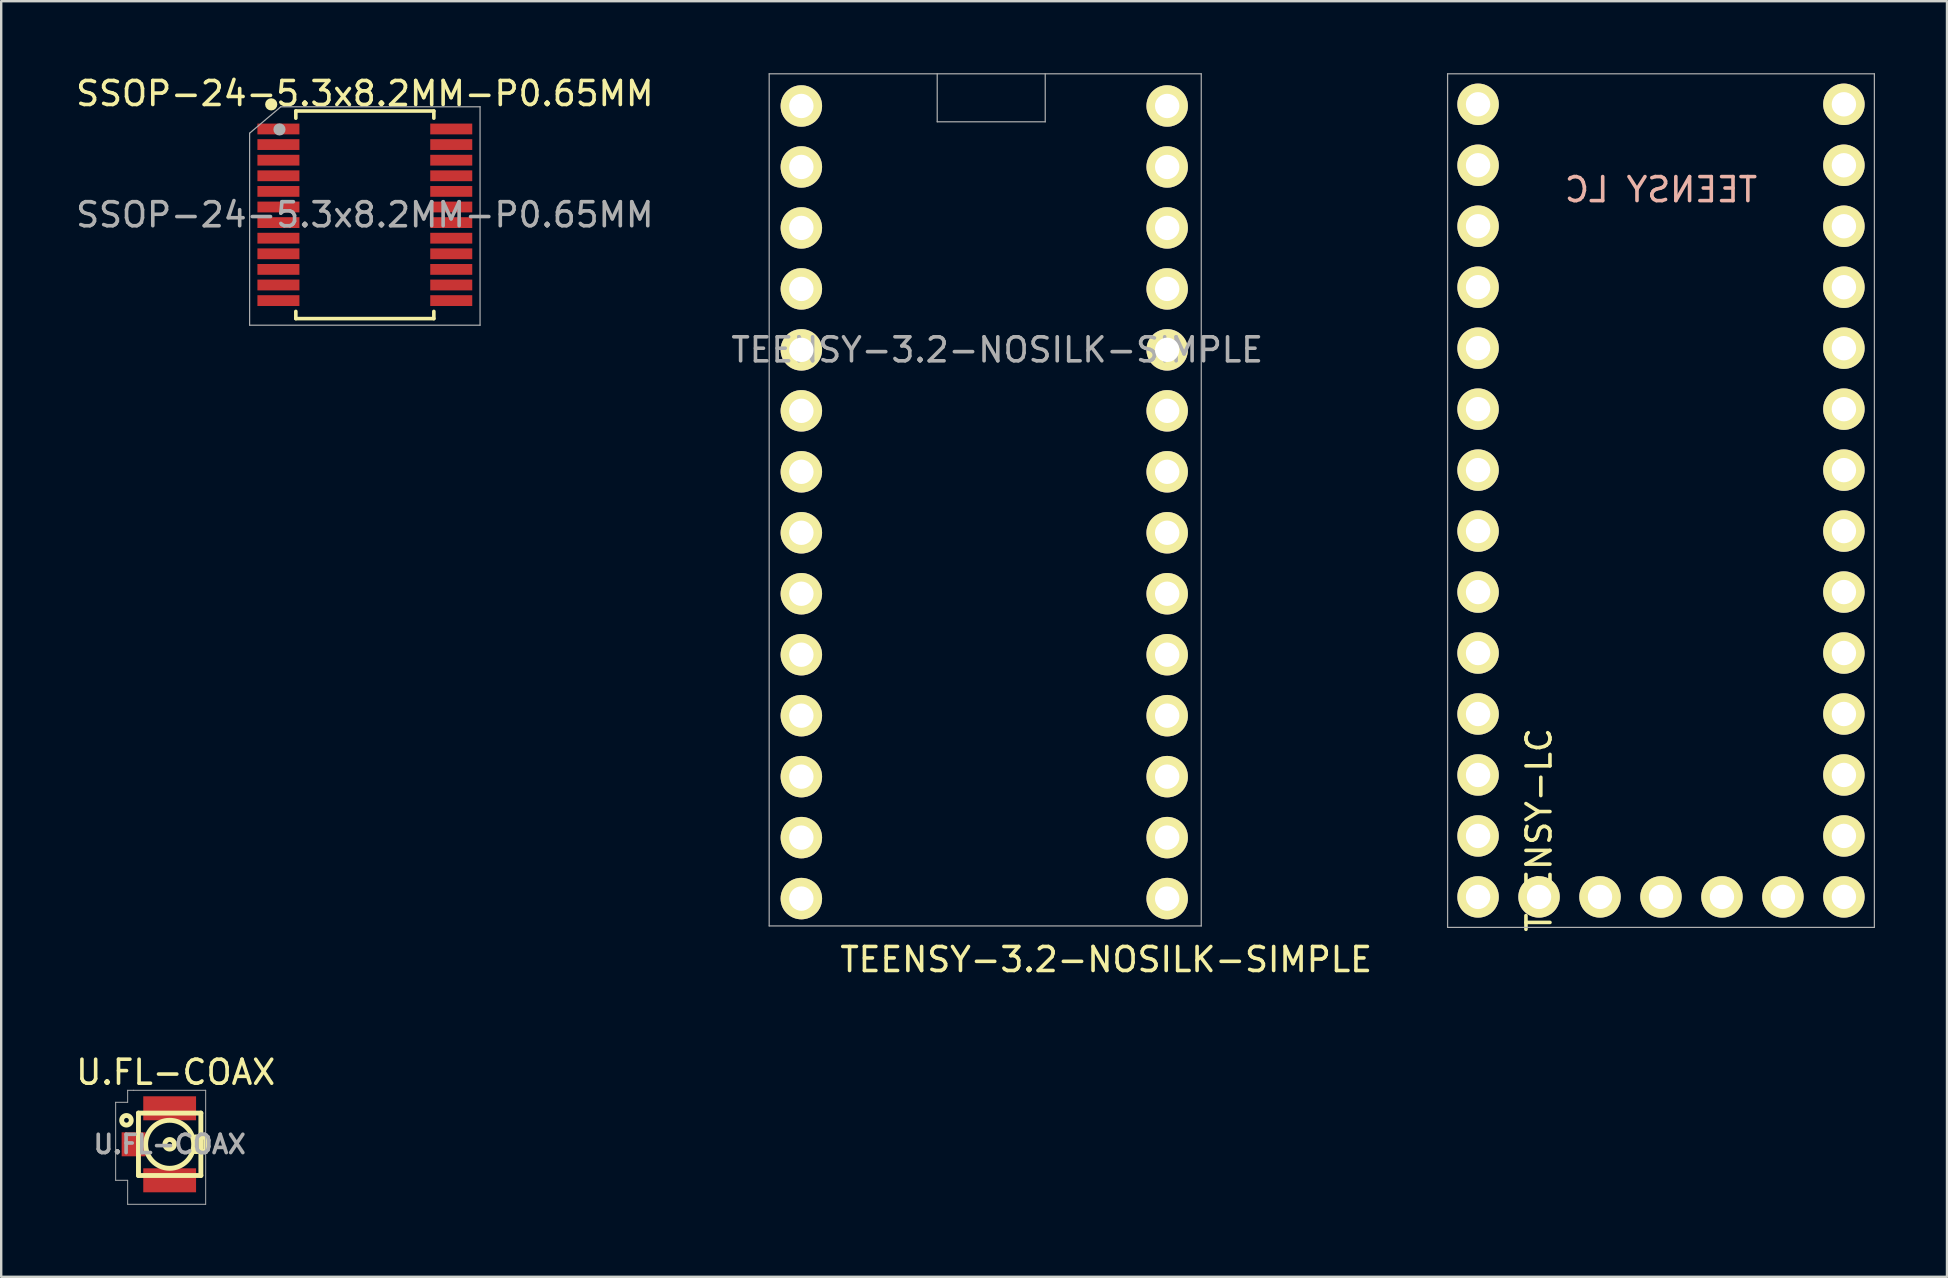
<source format=kicad_pcb>
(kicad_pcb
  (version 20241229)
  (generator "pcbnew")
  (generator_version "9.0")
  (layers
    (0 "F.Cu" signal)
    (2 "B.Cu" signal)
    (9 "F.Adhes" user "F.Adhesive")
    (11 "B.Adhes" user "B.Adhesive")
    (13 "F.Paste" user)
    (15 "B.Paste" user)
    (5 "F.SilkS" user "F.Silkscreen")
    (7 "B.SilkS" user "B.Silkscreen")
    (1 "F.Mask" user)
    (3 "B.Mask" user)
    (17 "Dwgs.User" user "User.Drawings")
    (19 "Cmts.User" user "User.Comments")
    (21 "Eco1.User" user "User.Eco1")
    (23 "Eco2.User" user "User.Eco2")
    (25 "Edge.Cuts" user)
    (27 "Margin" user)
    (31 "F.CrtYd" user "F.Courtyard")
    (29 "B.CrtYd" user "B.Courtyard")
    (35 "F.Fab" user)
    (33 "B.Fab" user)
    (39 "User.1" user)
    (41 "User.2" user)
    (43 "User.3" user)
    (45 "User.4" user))
  (footprint "TEENSY-3.2-NOSILK-SIMPLE"
    (layer "F.Cu")
    (at 40.494 11.525)
    (property "Reference" "TEENSY-3.2-NOSILK-SIMPLE" (at -2 0 0) (layer "F.Fab") (effects (font (size 1 1) (thickness 0.15))))
    (attr through_hole)
    (fp_line (start -11.5 -11.5) (end -11.5 24) (stroke (width 0.05) (type solid)) (layer "F.Fab"))
    (fp_line (start -11.5 24) (end 6.5 24) (stroke (width 0.05) (type solid)) (layer "F.Fab"))
    (fp_line (start -4.5 -11.5) (end -4.5 -9.5) (stroke (width 0.05) (type solid)) (layer "F.Fab"))
    (fp_line (start -4.5 -9.5) (end 0 -9.5) (stroke (width 0.05) (type solid)) (layer "F.Fab"))
    (fp_line (start 0 -9.5) (end 0 -11.5) (stroke (width 0.05) (type solid)) (layer "F.Fab"))
    (fp_line (start 6.5 -11.5) (end -11.5 -11.5) (stroke (width 0.05) (type solid)) (layer "F.Fab"))
    (fp_line (start 6.5 24) (end 6.5 -11.5) (stroke (width 0.05) (type solid)) (layer "F.Fab"))
    (fp_text user "${REFERENCE}" (at 2.54 25.4 0) (layer "F.SilkS") (effects (font (size 1 1) (thickness 0.15))))
    (pad "0" thru_hole circle (at -10.16 -7.62) (size 1.727 1.727) (drill 1.016) (layers "*.Cu" "*.Mask" "F.SilkS"))
    (pad "1" thru_hole circle (at -10.16 -5.08) (size 1.727 1.727) (drill 1.016) (layers "*.Cu" "*.Mask" "F.SilkS"))
    (pad "2" thru_hole circle (at -10.16 -2.54) (size 1.727 1.727) (drill 1.016) (layers "*.Cu" "*.Mask" "F.SilkS"))
    (pad "3" thru_hole circle (at -10.16 0) (size 1.727 1.727) (drill 1.016) (layers "*.Cu" "*.Mask" "F.SilkS"))
    (pad "3V2" thru_hole circle (at 5.08 -5.08) (size 1.727 1.727) (drill 1.016) (layers "*.Cu" "*.Mask" "F.SilkS"))
    (pad "4" thru_hole circle (at -10.16 2.54) (size 1.727 1.727) (drill 1.016) (layers "*.Cu" "*.Mask" "F.SilkS"))
    (pad "5" thru_hole circle (at -10.16 5.08) (size 1.727 1.727) (drill 1.016) (layers "*.Cu" "*.Mask" "F.SilkS"))
    (pad "6" thru_hole circle (at -10.16 7.62) (size 1.727 1.727) (drill 1.016) (layers "*.Cu" "*.Mask" "F.SilkS"))
    (pad "7" thru_hole circle (at -10.16 10.16) (size 1.727 1.727) (drill 1.016) (layers "*.Cu" "*.Mask" "F.SilkS"))
    (pad "8" thru_hole circle (at -10.16 12.7) (size 1.727 1.727) (drill 1.016) (layers "*.Cu" "*.Mask" "F.SilkS"))
    (pad "9" thru_hole circle (at -10.16 15.24) (size 1.727 1.727) (drill 1.016) (layers "*.Cu" "*.Mask" "F.SilkS"))
    (pad "10" thru_hole circle (at -10.16 17.78) (size 1.727 1.727) (drill 1.016) (layers "*.Cu" "*.Mask" "F.SilkS"))
    (pad "11" thru_hole circle (at -10.16 20.32) (size 1.727 1.727) (drill 1.016) (layers "*.Cu" "*.Mask" "F.SilkS"))
    (pad "12" thru_hole circle (at -10.16 22.86) (size 1.727 1.727) (drill 1.016) (layers "*.Cu" "*.Mask" "F.SilkS"))
    (pad "13" thru_hole circle (at 5.08 22.86) (size 1.727 1.727) (drill 1.016) (layers "*.Cu" "*.Mask" "F.SilkS"))
    (pad "14" thru_hole circle (at 5.08 20.32) (size 1.727 1.727) (drill 1.016) (layers "*.Cu" "*.Mask" "F.SilkS"))
    (pad "15" thru_hole circle (at 5.08 17.78) (size 1.727 1.727) (drill 1.016) (layers "*.Cu" "*.Mask" "F.SilkS"))
    (pad "16" thru_hole circle (at 5.08 15.24) (size 1.727 1.727) (drill 1.016) (layers "*.Cu" "*.Mask" "F.SilkS"))
    (pad "17" thru_hole circle (at 5.08 12.7) (size 1.727 1.727) (drill 1.016) (layers "*.Cu" "*.Mask" "F.SilkS"))
    (pad "18" thru_hole circle (at 5.08 10.16) (size 1.727 1.727) (drill 1.016) (layers "*.Cu" "*.Mask" "F.SilkS"))
    (pad "19" thru_hole circle (at 5.08 7.62) (size 1.727 1.727) (drill 1.016) (layers "*.Cu" "*.Mask" "F.SilkS"))
    (pad "20" thru_hole circle (at 5.08 5.08) (size 1.727 1.727) (drill 1.016) (layers "*.Cu" "*.Mask" "F.SilkS"))
    (pad "21" thru_hole circle (at 5.08 2.54) (size 1.727 1.727) (drill 1.016) (layers "*.Cu" "*.Mask" "F.SilkS"))
    (pad "22" thru_hole circle (at 5.08 0) (size 1.727 1.727) (drill 1.016) (layers "*.Cu" "*.Mask" "F.SilkS"))
    (pad "23" thru_hole circle (at 5.08 -2.54) (size 1.727 1.727) (drill 1.016) (layers "*.Cu" "*.Mask" "F.SilkS"))
    (pad "AG" thru_hole circle (at 5.08 -7.62) (size 1.727 1.727) (drill 1.016) (layers "*.Cu" "*.Mask" "F.SilkS"))
    (pad "G1" thru_hole circle (at -10.16 -10.16) (size 1.727 1.727) (drill 1.016) (layers "*.Cu" "*.Mask" "F.SilkS"))
    (pad "VIN" thru_hole circle (at 5.08 -10.16) (size 1.727 1.727) (drill 1.016) (layers "*.Cu" "*.Mask" "F.SilkS")))
  (footprint "U.FL-COAX"
    (layer "F.Cu")
    (at 4.018 44.621)
    (property "Reference" "U.FL-COAX" (at 0 0 0) (layer "F.Fab") (effects (font (size 0.762 0.762) (thickness 0.152))))
    (attr smd)
    (fp_line (start -1.3 -1.3) (end -1.3 1.3) (stroke (width 0.203) (type solid)) (layer "F.SilkS"))
    (fp_line (start -1.3 1.3) (end 1.3 1.3) (stroke (width 0.203) (type solid)) (layer "F.SilkS"))
    (fp_line (start 1.1 0.3) (end 1.1 -0.3) (stroke (width 0.203) (type solid)) (layer "F.SilkS"))
    (fp_line (start 1.3 -1.3) (end -1.3 -1.3) (stroke (width 0.203) (type solid)) (layer "F.SilkS"))
    (fp_line (start 1.3 1.3) (end 1.3 -1.3) (stroke (width 0.203) (type solid)) (layer "F.SilkS"))
    (fp_line (start 1.5 -0.3) (end 1 -0.3) (stroke (width 0.203) (type solid)) (layer "F.SilkS"))
    (fp_line (start 1.5 0.3) (end 1 0.3) (stroke (width 0.203) (type solid)) (layer "F.SilkS"))
    (fp_line (start 1.5 0.3) (end 1.5 -0.3) (stroke (width 0.203) (type solid)) (layer "F.SilkS"))
    (fp_circle (center -1.8 -1) (end -1.6 -1) (stroke (width 0.203) (type solid)) (fill no) (layer "F.SilkS"))
    (fp_circle (center 0 0) (end 0.2 0) (stroke (width 0.203) (type solid)) (fill no) (layer "F.SilkS"))
    (fp_circle (center 0 0) (end 1 0) (stroke (width 0.203) (type solid)) (fill no) (layer "F.SilkS"))
    (fp_line (start -2.25 -1.75) (end -2.25 1.5) (stroke (width 0.041) (type solid)) (layer "F.Fab"))
    (fp_line (start -2.25 1.5) (end -1.75 1.5) (stroke (width 0.041) (type solid)) (layer "F.Fab"))
    (fp_line (start -1.75 -2.25) (end -1.75 -1.75) (stroke (width 0.041) (type solid)) (layer "F.Fab"))
    (fp_line (start -1.75 -2.25) (end -1.5 -2.25) (stroke (width 0.041) (type solid)) (layer "F.Fab"))
    (fp_line (start -1.75 -1.75) (end -2.25 -1.75) (stroke (width 0.041) (type solid)) (layer "F.Fab"))
    (fp_line (start -1.75 1.5) (end -1.75 2.5) (stroke (width 0.041) (type solid)) (layer "F.Fab"))
    (fp_line (start -1.75 2.5) (end 1.5 2.5) (stroke (width 0.041) (type solid)) (layer "F.Fab"))
    (fp_line (start 1.5 -2.25) (end -1.5 -2.25) (stroke (width 0.041) (type solid)) (layer "F.Fab"))
    (fp_line (start 1.5 2.5) (end 1.5 -2.25) (stroke (width 0.041) (type solid)) (layer "F.Fab"))
    (fp_text user "${REFERENCE}" (at 0.25 -3 0) (layer "F.SilkS") (effects (font (size 1 1) (thickness 0.15))))
    (pad "GND" smd rect (at 0 -1.5) (size 2.2 1) (layers "F.Cu" "F.Mask" "F.Paste"))
    (pad "GND" smd rect (at 0 1.5) (size 2.2 1) (layers "F.Cu" "F.Mask" "F.Paste"))
    (pad "SIG" smd rect (at -1.5 0) (size 1 1) (layers "F.Cu" "F.Mask" "F.Paste")))
  (footprint "TEENSY-LC"
    (layer "F.Cu")
    (at 68.686 11.455)
    (property "Reference" "TEENSY-LC" (at -7.62 20.066 270) (layer "F.SilkS") (effects (font (size 1 1) (thickness 0.15))))
    (attr through_hole)
    (fp_line (start -11.43 -11.43) (end -11.43 24.13) (stroke (width 0.051) (type solid)) (layer "F.Fab"))
    (fp_line (start -11.43 24.13) (end 6.35 24.13) (stroke (width 0.051) (type solid)) (layer "F.Fab"))
    (fp_line (start 6.35 -11.43) (end -11.43 -11.43) (stroke (width 0.051) (type solid)) (layer "F.Fab"))
    (fp_line (start 6.35 24.13) (end 6.35 -11.43) (stroke (width 0.051) (type solid)) (layer "F.Fab"))
    (fp_text user "TEENSY LC" (at -2.54 -6.604 180) (layer "B.SilkS") (effects (font (size 1 1) (thickness 0.15)) (justify mirror)))
    (pad "0" thru_hole circle (at -10.16 -7.62) (size 1.727 1.727) (drill 1.016) (layers "*.Cu" "*.Mask" "F.SilkS"))
    (pad "1" thru_hole circle (at -10.16 -5.08) (size 1.727 1.727) (drill 1.016) (layers "*.Cu" "*.Mask" "F.SilkS"))
    (pad "2" thru_hole circle (at -10.16 -2.54) (size 1.727 1.727) (drill 1.016) (layers "*.Cu" "*.Mask" "F.SilkS"))
    (pad "3" thru_hole circle (at -10.16 0) (size 1.727 1.727) (drill 1.016) (layers "*.Cu" "*.Mask" "F.SilkS"))
    (pad "3V1" thru_hole circle (at -5.08 22.86) (size 1.727 1.727) (drill 1.016) (layers "*.Cu" "*.Mask" "F.SilkS"))
    (pad "3V2" thru_hole circle (at 5.08 -5.08) (size 1.727 1.727) (drill 1.016) (layers "*.Cu" "*.Mask" "F.SilkS"))
    (pad "4" thru_hole circle (at -10.16 2.54) (size 1.727 1.727) (drill 1.016) (layers "*.Cu" "*.Mask" "F.SilkS"))
    (pad "5" thru_hole circle (at -10.16 5.08) (size 1.727 1.727) (drill 1.016) (layers "*.Cu" "*.Mask" "F.SilkS"))
    (pad "6" thru_hole circle (at -10.16 7.62) (size 1.727 1.727) (drill 1.016) (layers "*.Cu" "*.Mask" "F.SilkS"))
    (pad "7" thru_hole circle (at -10.16 10.16) (size 1.727 1.727) (drill 1.016) (layers "*.Cu" "*.Mask" "F.SilkS"))
    (pad "8" thru_hole circle (at -10.16 12.7) (size 1.727 1.727) (drill 1.016) (layers "*.Cu" "*.Mask" "F.SilkS"))
    (pad "9" thru_hole circle (at -10.16 15.24) (size 1.727 1.727) (drill 1.016) (layers "*.Cu" "*.Mask" "F.SilkS"))
    (pad "10" thru_hole circle (at -10.16 17.78) (size 1.727 1.727) (drill 1.016) (layers "*.Cu" "*.Mask" "F.SilkS"))
    (pad "11" thru_hole circle (at -10.16 20.32) (size 1.727 1.727) (drill 1.016) (layers "*.Cu" "*.Mask" "F.SilkS"))
    (pad "12" thru_hole circle (at -10.16 22.86) (size 1.727 1.727) (drill 1.016) (layers "*.Cu" "*.Mask" "F.SilkS"))
    (pad "13" thru_hole circle (at 5.08 22.86) (size 1.727 1.727) (drill 1.016) (layers "*.Cu" "*.Mask" "F.SilkS"))
    (pad "14" thru_hole circle (at 5.08 20.32) (size 1.727 1.727) (drill 1.016) (layers "*.Cu" "*.Mask" "F.SilkS"))
    (pad "15" thru_hole circle (at 5.08 17.78) (size 1.727 1.727) (drill 1.016) (layers "*.Cu" "*.Mask" "F.SilkS"))
    (pad "16" thru_hole circle (at 5.08 15.24) (size 1.727 1.727) (drill 1.016) (layers "*.Cu" "*.Mask" "F.SilkS"))
    (pad "17" thru_hole circle (at 5.08 12.7) (size 1.727 1.727) (drill 1.016) (layers "*.Cu" "*.Mask" "F.SilkS"))
    (pad "17A" thru_hole circle (at -7.62 22.86) (size 1.727 1.727) (drill 1.016) (layers "*.Cu" "*.Mask" "F.SilkS"))
    (pad "18" thru_hole circle (at 5.08 10.16) (size 1.727 1.727) (drill 1.016) (layers "*.Cu" "*.Mask" "F.SilkS"))
    (pad "19" thru_hole circle (at 5.08 7.62) (size 1.727 1.727) (drill 1.016) (layers "*.Cu" "*.Mask" "F.SilkS"))
    (pad "20" thru_hole circle (at 5.08 5.08) (size 1.727 1.727) (drill 1.016) (layers "*.Cu" "*.Mask" "F.SilkS"))
    (pad "21" thru_hole circle (at 5.08 2.54) (size 1.727 1.727) (drill 1.016) (layers "*.Cu" "*.Mask" "F.SilkS"))
    (pad "22" thru_hole circle (at 5.08 0) (size 1.727 1.727) (drill 1.016) (layers "*.Cu" "*.Mask" "F.SilkS"))
    (pad "23" thru_hole circle (at 5.08 -2.54) (size 1.727 1.727) (drill 1.016) (layers "*.Cu" "*.Mask" "F.SilkS"))
    (pad "DAC" thru_hole circle (at 2.54 22.86) (size 1.727 1.727) (drill 1.016) (layers "*.Cu" "*.Mask" "F.SilkS"))
    (pad "G1" thru_hole circle (at -10.16 -10.16) (size 1.727 1.727) (drill 1.016) (layers "*.Cu" "*.Mask" "F.SilkS"))
    (pad "G2" thru_hole circle (at -2.54 22.86) (size 1.727 1.727) (drill 1.016) (layers "*.Cu" "*.Mask" "F.SilkS"))
    (pad "G3" thru_hole circle (at 5.08 -7.62) (size 1.727 1.727) (drill 1.016) (layers "*.Cu" "*.Mask" "F.SilkS"))
    (pad "PGM" thru_hole circle (at 0 22.86) (size 1.727 1.727) (drill 1.016) (layers "*.Cu" "*.Mask" "F.SilkS"))
    (pad "VIN" thru_hole circle (at 5.08 -10.16) (size 1.727 1.727) (drill 1.016) (layers "*.Cu" "*.Mask" "F.SilkS")))
  (footprint "SSOP-24-5.3x8.2MM-P0.65MM"
    (layer "F.Cu")
    (at 12.149 5.898)
    (property "Reference" "SSOP-24-5.3x8.2MM-P0.65MM" (at 0 0 0) (layer "F.Fab") (effects (font (size 1 1) (thickness 0.15))))
    (attr smd)
    (fp_line (start -2.875 -4.325) (end -2.875 -4.025) (stroke (width 0.15) (type solid)) (layer "F.SilkS"))
    (fp_line (start -2.875 -4.325) (end 2.875 -4.325) (stroke (width 0.15) (type solid)) (layer "F.SilkS"))
    (fp_line (start -2.875 4.325) (end -2.875 4.025) (stroke (width 0.15) (type solid)) (layer "F.SilkS"))
    (fp_line (start -2.875 4.325) (end 2.875 4.325) (stroke (width 0.15) (type solid)) (layer "F.SilkS"))
    (fp_line (start 2.875 -4.325) (end 2.875 -4.025) (stroke (width 0.15) (type solid)) (layer "F.SilkS"))
    (fp_line (start 2.875 4.325) (end 2.875 4.025) (stroke (width 0.15) (type solid)) (layer "F.SilkS"))
    (fp_circle (center -3.9 -4.6) (end -3.9 -4.473) (stroke (width 0.254) (type solid)) (fill no) (layer "F.SilkS"))
    (fp_line (start -4.8 -3.4) (end -4.8 4.6) (stroke (width 0.05) (type solid)) (layer "F.Fab"))
    (fp_line (start -4.8 -3.4) (end -3.5 -4.5) (stroke (width 0.05) (type solid)) (layer "F.Fab"))
    (fp_line (start -4.8 4.6) (end 4.8 4.6) (stroke (width 0.05) (type solid)) (layer "F.Fab"))
    (fp_line (start 4.8 -4.5) (end -3.5 -4.5) (stroke (width 0.05) (type solid)) (layer "F.Fab"))
    (fp_line (start 4.8 4.6) (end 4.8 -4.5) (stroke (width 0.05) (type solid)) (layer "F.Fab"))
    (fp_circle (center -3.556 -3.556) (end -3.556 -3.429) (stroke (width 0.254) (type solid)) (fill no) (layer "F.Fab"))
    (fp_text user "${REFERENCE}" (at 0 -5.05 180) (layer "F.SilkS") (effects (font (size 1 1) (thickness 0.15))))
    (pad "1" smd rect (at -3.6 -3.575) (size 1.75 0.45) (layers "F.Cu" "F.Mask" "F.Paste"))
    (pad "2" smd rect (at -3.6 -2.925) (size 1.75 0.45) (layers "F.Cu" "F.Mask" "F.Paste"))
    (pad "3" smd rect (at -3.6 -2.275) (size 1.75 0.45) (layers "F.Cu" "F.Mask" "F.Paste"))
    (pad "4" smd rect (at -3.6 -1.625) (size 1.75 0.45) (layers "F.Cu" "F.Mask" "F.Paste"))
    (pad "5" smd rect (at -3.6 -0.975) (size 1.75 0.45) (layers "F.Cu" "F.Mask" "F.Paste"))
    (pad "6" smd rect (at -3.6 -0.325) (size 1.75 0.45) (layers "F.Cu" "F.Mask" "F.Paste"))
    (pad "7" smd rect (at -3.6 0.325) (size 1.75 0.45) (layers "F.Cu" "F.Mask" "F.Paste"))
    (pad "8" smd rect (at -3.6 0.975) (size 1.75 0.45) (layers "F.Cu" "F.Mask" "F.Paste"))
    (pad "9" smd rect (at -3.6 1.625) (size 1.75 0.45) (layers "F.Cu" "F.Mask" "F.Paste"))
    (pad "10" smd rect (at -3.6 2.275) (size 1.75 0.45) (layers "F.Cu" "F.Mask" "F.Paste"))
    (pad "11" smd rect (at -3.6 2.925) (size 1.75 0.45) (layers "F.Cu" "F.Mask" "F.Paste"))
    (pad "12" smd rect (at -3.6 3.575) (size 1.75 0.45) (layers "F.Cu" "F.Mask" "F.Paste"))
    (pad "13" smd rect (at 3.6 3.575) (size 1.75 0.45) (layers "F.Cu" "F.Mask" "F.Paste"))
    (pad "14" smd rect (at 3.6 2.925) (size 1.75 0.45) (layers "F.Cu" "F.Mask" "F.Paste"))
    (pad "15" smd rect (at 3.6 2.275) (size 1.75 0.45) (layers "F.Cu" "F.Mask" "F.Paste"))
    (pad "16" smd rect (at 3.6 1.625) (size 1.75 0.45) (layers "F.Cu" "F.Mask" "F.Paste"))
    (pad "17" smd rect (at 3.6 0.975) (size 1.75 0.45) (layers "F.Cu" "F.Mask" "F.Paste"))
    (pad "18" smd rect (at 3.6 0.325) (size 1.75 0.45) (layers "F.Cu" "F.Mask" "F.Paste"))
    (pad "19" smd rect (at 3.6 -0.325) (size 1.75 0.45) (layers "F.Cu" "F.Mask" "F.Paste"))
    (pad "20" smd rect (at 3.6 -0.975) (size 1.75 0.45) (layers "F.Cu" "F.Mask" "F.Paste"))
    (pad "21" smd rect (at 3.6 -1.625) (size 1.75 0.45) (layers "F.Cu" "F.Mask" "F.Paste"))
    (pad "22" smd rect (at 3.6 -2.275) (size 1.75 0.45) (layers "F.Cu" "F.Mask" "F.Paste"))
    (pad "23" smd rect (at 3.6 -2.925) (size 1.75 0.45) (layers "F.Cu" "F.Mask" "F.Paste"))
    (pad "24" smd rect (at 3.6 -3.575) (size 1.75 0.45) (layers "F.Cu" "F.Mask" "F.Paste")))
  (gr_rect
    (start -3 -3)
    (end 78.061 50.142)
    (stroke (width 0.1) (type default))
    (fill no)
    (layer "Edge.Cuts")))
</source>
